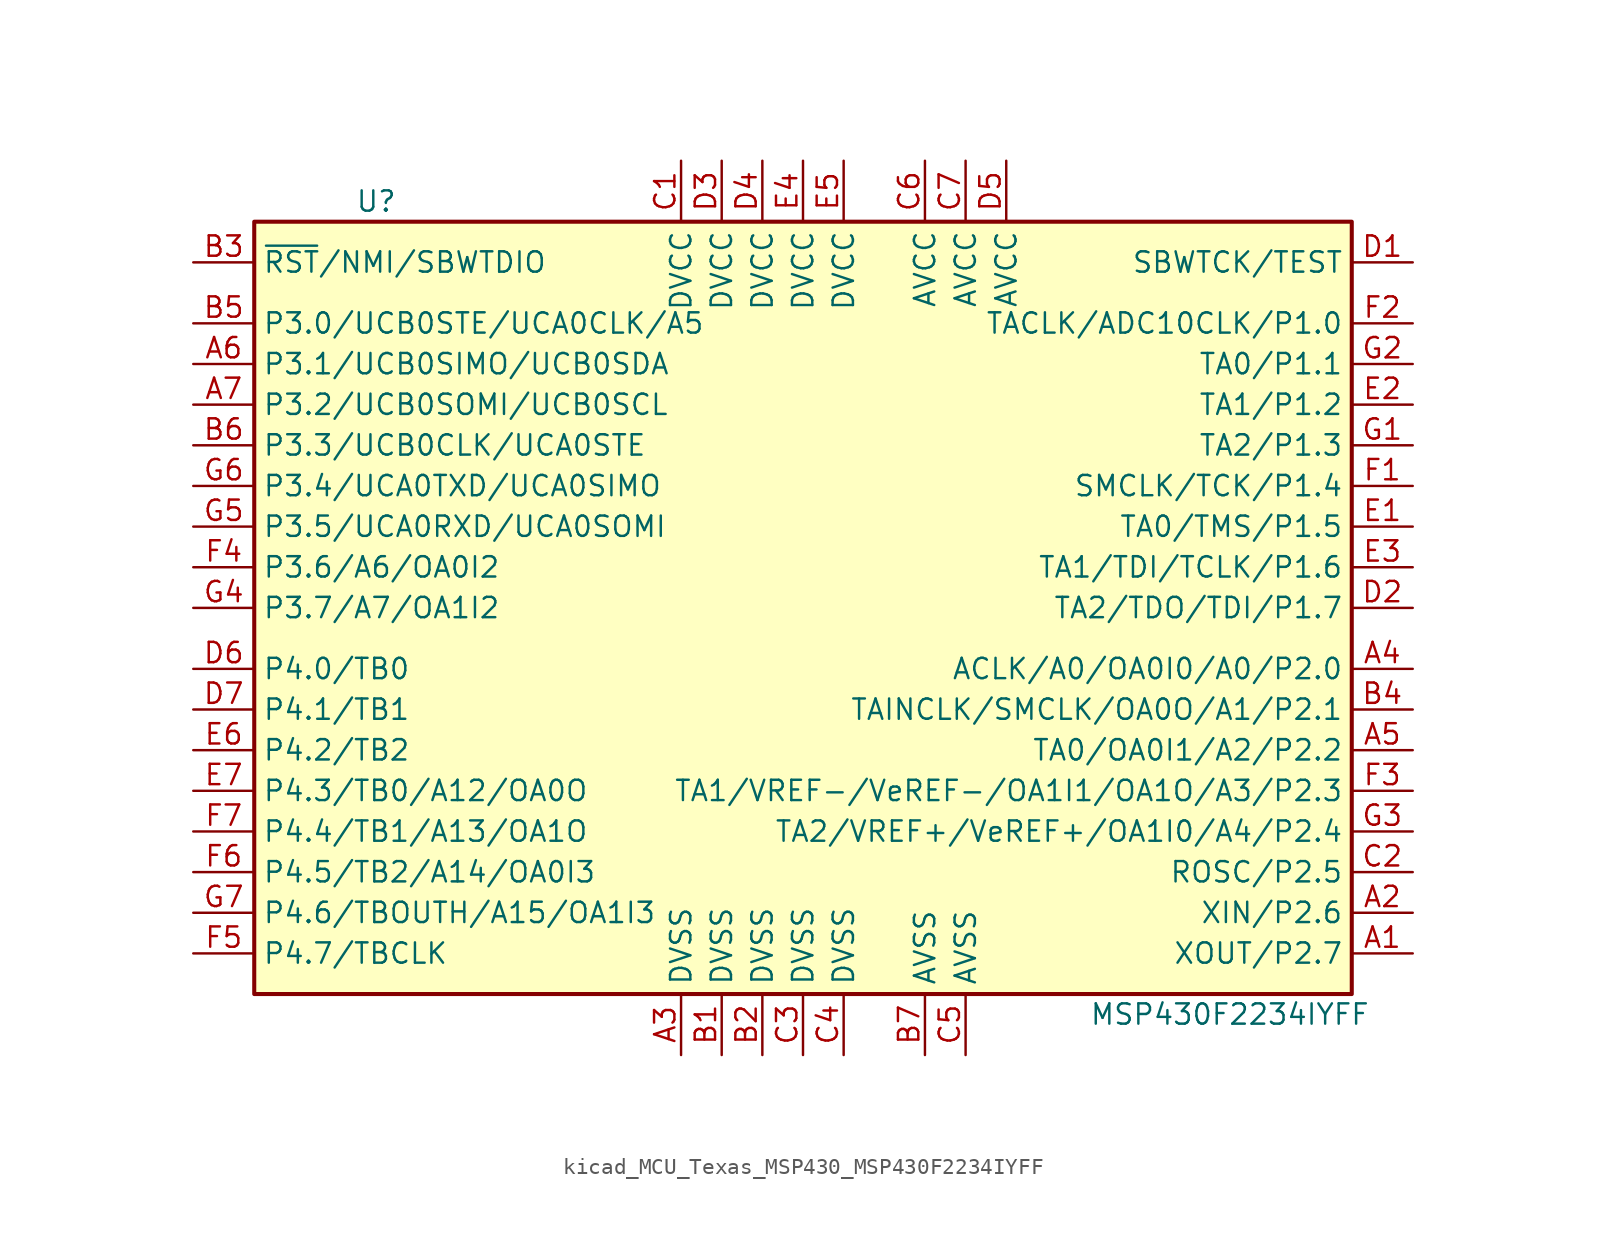
<source format=kicad_sym>
(kicad_symbol_lib
  (version 20220914)
  (generator kicad_symbol_editor)
  (symbol "kicad_MCU_Texas_MSP430_MSP430F2234IYFF"
    (property "Reference" "U"
      (at -26.67 25.4 0)
      (effects (font (size 1.27 1.27))))
    (property "Value" "MSP430F2234IYFF"
      (at 26.67 -25.4 0)
      (effects (font (size 1.27 1.27))))
    (symbol "kicad_MCU_Texas_MSP430_MSP430F2234IYFF_0_1"
      (rectangle (start -34.29 24.13) (end 34.29 -24.13) (stroke (width 0.254) (type default)) (fill (type background))))
    (symbol "kicad_MCU_Texas_MSP430_MSP430F2234IYFF_1_1"
      (pin bidirectional line (at 38.1 -21.59 180) (length 3.81) (name "XOUT/P2.7" (effects (font (size 1.27 1.27)))) (number "A1" (effects (font (size 1.27 1.27)))))
      (pin bidirectional line (at 38.1 -19.05 180) (length 3.81) (name "XIN/P2.6" (effects (font (size 1.27 1.27)))) (number "A2" (effects (font (size 1.27 1.27)))))
      (pin power_in line (at -7.62 -27.94 90) (length 3.81) (name "DVSS" (effects (font (size 1.27 1.27)))) (number "A3" (effects (font (size 1.27 1.27)))))
      (pin bidirectional line (at 38.1 -3.81 180) (length 3.81) (name "ACLK/A0/OA0I0/A0/P2.0" (effects (font (size 1.27 1.27)))) (number "A4" (effects (font (size 1.27 1.27)))))
      (pin bidirectional line (at 38.1 -8.89 180) (length 3.81) (name "TA0/OA0I1/A2/P2.2" (effects (font (size 1.27 1.27)))) (number "A5" (effects (font (size 1.27 1.27)))))
      (pin bidirectional line (at -38.1 15.24 0) (length 3.81) (name "P3.1/UCB0SIMO/UCB0SDA" (effects (font (size 1.27 1.27)))) (number "A6" (effects (font (size 1.27 1.27)))))
      (pin bidirectional line (at -38.1 12.7 0) (length 3.81) (name "P3.2/UCB0SOMI/UCB0SCL" (effects (font (size 1.27 1.27)))) (number "A7" (effects (font (size 1.27 1.27)))))
      (pin power_in line (at -5.08 -27.94 90) (length 3.81) (name "DVSS" (effects (font (size 1.27 1.27)))) (number "B1" (effects (font (size 1.27 1.27)))))
      (pin power_in line (at -2.54 -27.94 90) (length 3.81) (name "DVSS" (effects (font (size 1.27 1.27)))) (number "B2" (effects (font (size 1.27 1.27)))))
      (pin input line (at -38.1 21.59 0) (length 3.81) (name "~{RST}/NMI/SBWTDIO" (effects (font (size 1.27 1.27)))) (number "B3" (effects (font (size 1.27 1.27)))))
      (pin bidirectional line (at 38.1 -6.35 180) (length 3.81) (name "TAINCLK/SMCLK/OA0O/A1/P2.1" (effects (font (size 1.27 1.27)))) (number "B4" (effects (font (size 1.27 1.27)))))
      (pin bidirectional line (at -38.1 17.78 0) (length 3.81) (name "P3.0/UCB0STE/UCA0CLK/A5" (effects (font (size 1.27 1.27)))) (number "B5" (effects (font (size 1.27 1.27)))))
      (pin bidirectional line (at -38.1 10.16 0) (length 3.81) (name "P3.3/UCB0CLK/UCA0STE" (effects (font (size 1.27 1.27)))) (number "B6" (effects (font (size 1.27 1.27)))))
      (pin power_in line (at 7.62 -27.94 90) (length 3.81) (name "AVSS" (effects (font (size 1.27 1.27)))) (number "B7" (effects (font (size 1.27 1.27)))))
      (pin power_in line (at -7.62 27.94 270) (length 3.81) (name "DVCC" (effects (font (size 1.27 1.27)))) (number "C1" (effects (font (size 1.27 1.27)))))
      (pin bidirectional line (at 38.1 -16.51 180) (length 3.81) (name "ROSC/P2.5" (effects (font (size 1.27 1.27)))) (number "C2" (effects (font (size 1.27 1.27)))))
      (pin power_in line (at 0 -27.94 90) (length 3.81) (name "DVSS" (effects (font (size 1.27 1.27)))) (number "C3" (effects (font (size 1.27 1.27)))))
      (pin power_in line (at 2.54 -27.94 90) (length 3.81) (name "DVSS" (effects (font (size 1.27 1.27)))) (number "C4" (effects (font (size 1.27 1.27)))))
      (pin power_in line (at 10.16 -27.94 90) (length 3.81) (name "AVSS" (effects (font (size 1.27 1.27)))) (number "C5" (effects (font (size 1.27 1.27)))))
      (pin power_in line (at 7.62 27.94 270) (length 3.81) (name "AVCC" (effects (font (size 1.27 1.27)))) (number "C6" (effects (font (size 1.27 1.27)))))
      (pin power_in line (at 10.16 27.94 270) (length 3.81) (name "AVCC" (effects (font (size 1.27 1.27)))) (number "C7" (effects (font (size 1.27 1.27)))))
      (pin input line (at 38.1 21.59 180) (length 3.81) (name "SBWTCK/TEST" (effects (font (size 1.27 1.27)))) (number "D1" (effects (font (size 1.27 1.27)))))
      (pin bidirectional line (at 38.1 0 180) (length 3.81) (name "TA2/TDO/TDI/P1.7" (effects (font (size 1.27 1.27)))) (number "D2" (effects (font (size 1.27 1.27)))))
      (pin power_in line (at -5.08 27.94 270) (length 3.81) (name "DVCC" (effects (font (size 1.27 1.27)))) (number "D3" (effects (font (size 1.27 1.27)))))
      (pin power_in line (at -2.54 27.94 270) (length 3.81) (name "DVCC" (effects (font (size 1.27 1.27)))) (number "D4" (effects (font (size 1.27 1.27)))))
      (pin power_in line (at 12.7 27.94 270) (length 3.81) (name "AVCC" (effects (font (size 1.27 1.27)))) (number "D5" (effects (font (size 1.27 1.27)))))
      (pin bidirectional line (at -38.1 -3.81 0) (length 3.81) (name "P4.0/TB0" (effects (font (size 1.27 1.27)))) (number "D6" (effects (font (size 1.27 1.27)))))
      (pin bidirectional line (at -38.1 -6.35 0) (length 3.81) (name "P4.1/TB1" (effects (font (size 1.27 1.27)))) (number "D7" (effects (font (size 1.27 1.27)))))
      (pin bidirectional line (at 38.1 5.08 180) (length 3.81) (name "TA0/TMS/P1.5" (effects (font (size 1.27 1.27)))) (number "E1" (effects (font (size 1.27 1.27)))))
      (pin bidirectional line (at 38.1 12.7 180) (length 3.81) (name "TA1/P1.2" (effects (font (size 1.27 1.27)))) (number "E2" (effects (font (size 1.27 1.27)))))
      (pin bidirectional line (at 38.1 2.54 180) (length 3.81) (name "TA1/TDI/TCLK/P1.6" (effects (font (size 1.27 1.27)))) (number "E3" (effects (font (size 1.27 1.27)))))
      (pin power_in line (at 0 27.94 270) (length 3.81) (name "DVCC" (effects (font (size 1.27 1.27)))) (number "E4" (effects (font (size 1.27 1.27)))))
      (pin power_in line (at 2.54 27.94 270) (length 3.81) (name "DVCC" (effects (font (size 1.27 1.27)))) (number "E5" (effects (font (size 1.27 1.27)))))
      (pin bidirectional line (at -38.1 -8.89 0) (length 3.81) (name "P4.2/TB2" (effects (font (size 1.27 1.27)))) (number "E6" (effects (font (size 1.27 1.27)))))
      (pin bidirectional line (at -38.1 -11.43 0) (length 3.81) (name "P4.3/TB0/A12/OA0O" (effects (font (size 1.27 1.27)))) (number "E7" (effects (font (size 1.27 1.27)))))
      (pin bidirectional line (at 38.1 7.62 180) (length 3.81) (name "SMCLK/TCK/P1.4" (effects (font (size 1.27 1.27)))) (number "F1" (effects (font (size 1.27 1.27)))))
      (pin bidirectional line (at 38.1 17.78 180) (length 3.81) (name "TACLK/ADC10CLK/P1.0" (effects (font (size 1.27 1.27)))) (number "F2" (effects (font (size 1.27 1.27)))))
      (pin bidirectional line (at 38.1 -11.43 180) (length 3.81) (name "TA1/VREF-/VeREF-/OA1I1/OA1O/A3/P2.3" (effects (font (size 1.27 1.27)))) (number "F3" (effects (font (size 1.27 1.27)))))
      (pin bidirectional line (at -38.1 2.54 0) (length 3.81) (name "P3.6/A6/OA0I2" (effects (font (size 1.27 1.27)))) (number "F4" (effects (font (size 1.27 1.27)))))
      (pin bidirectional line (at -38.1 -21.59 0) (length 3.81) (name "P4.7/TBCLK" (effects (font (size 1.27 1.27)))) (number "F5" (effects (font (size 1.27 1.27)))))
      (pin bidirectional line (at -38.1 -16.51 0) (length 3.81) (name "P4.5/TB2/A14/OA0I3" (effects (font (size 1.27 1.27)))) (number "F6" (effects (font (size 1.27 1.27)))))
      (pin bidirectional line (at -38.1 -13.97 0) (length 3.81) (name "P4.4/TB1/A13/OA1O" (effects (font (size 1.27 1.27)))) (number "F7" (effects (font (size 1.27 1.27)))))
      (pin bidirectional line (at 38.1 10.16 180) (length 3.81) (name "TA2/P1.3" (effects (font (size 1.27 1.27)))) (number "G1" (effects (font (size 1.27 1.27)))))
      (pin bidirectional line (at 38.1 15.24 180) (length 3.81) (name "TA0/P1.1" (effects (font (size 1.27 1.27)))) (number "G2" (effects (font (size 1.27 1.27)))))
      (pin bidirectional line (at 38.1 -13.97 180) (length 3.81) (name "TA2/VREF+/VeREF+/OA1I0/A4/P2.4" (effects (font (size 1.27 1.27)))) (number "G3" (effects (font (size 1.27 1.27)))))
      (pin bidirectional line (at -38.1 0 0) (length 3.81) (name "P3.7/A7/OA1I2" (effects (font (size 1.27 1.27)))) (number "G4" (effects (font (size 1.27 1.27)))))
      (pin bidirectional line (at -38.1 5.08 0) (length 3.81) (name "P3.5/UCA0RXD/UCA0SOMI" (effects (font (size 1.27 1.27)))) (number "G5" (effects (font (size 1.27 1.27)))))
      (pin bidirectional line (at -38.1 7.62 0) (length 3.81) (name "P3.4/UCA0TXD/UCA0SIMO" (effects (font (size 1.27 1.27)))) (number "G6" (effects (font (size 1.27 1.27)))))
      (pin bidirectional line (at -38.1 -19.05 0) (length 3.81) (name "P4.6/TBOUTH/A15/OA1I3" (effects (font (size 1.27 1.27)))) (number "G7" (effects (font (size 1.27 1.27))))))))
</source>
